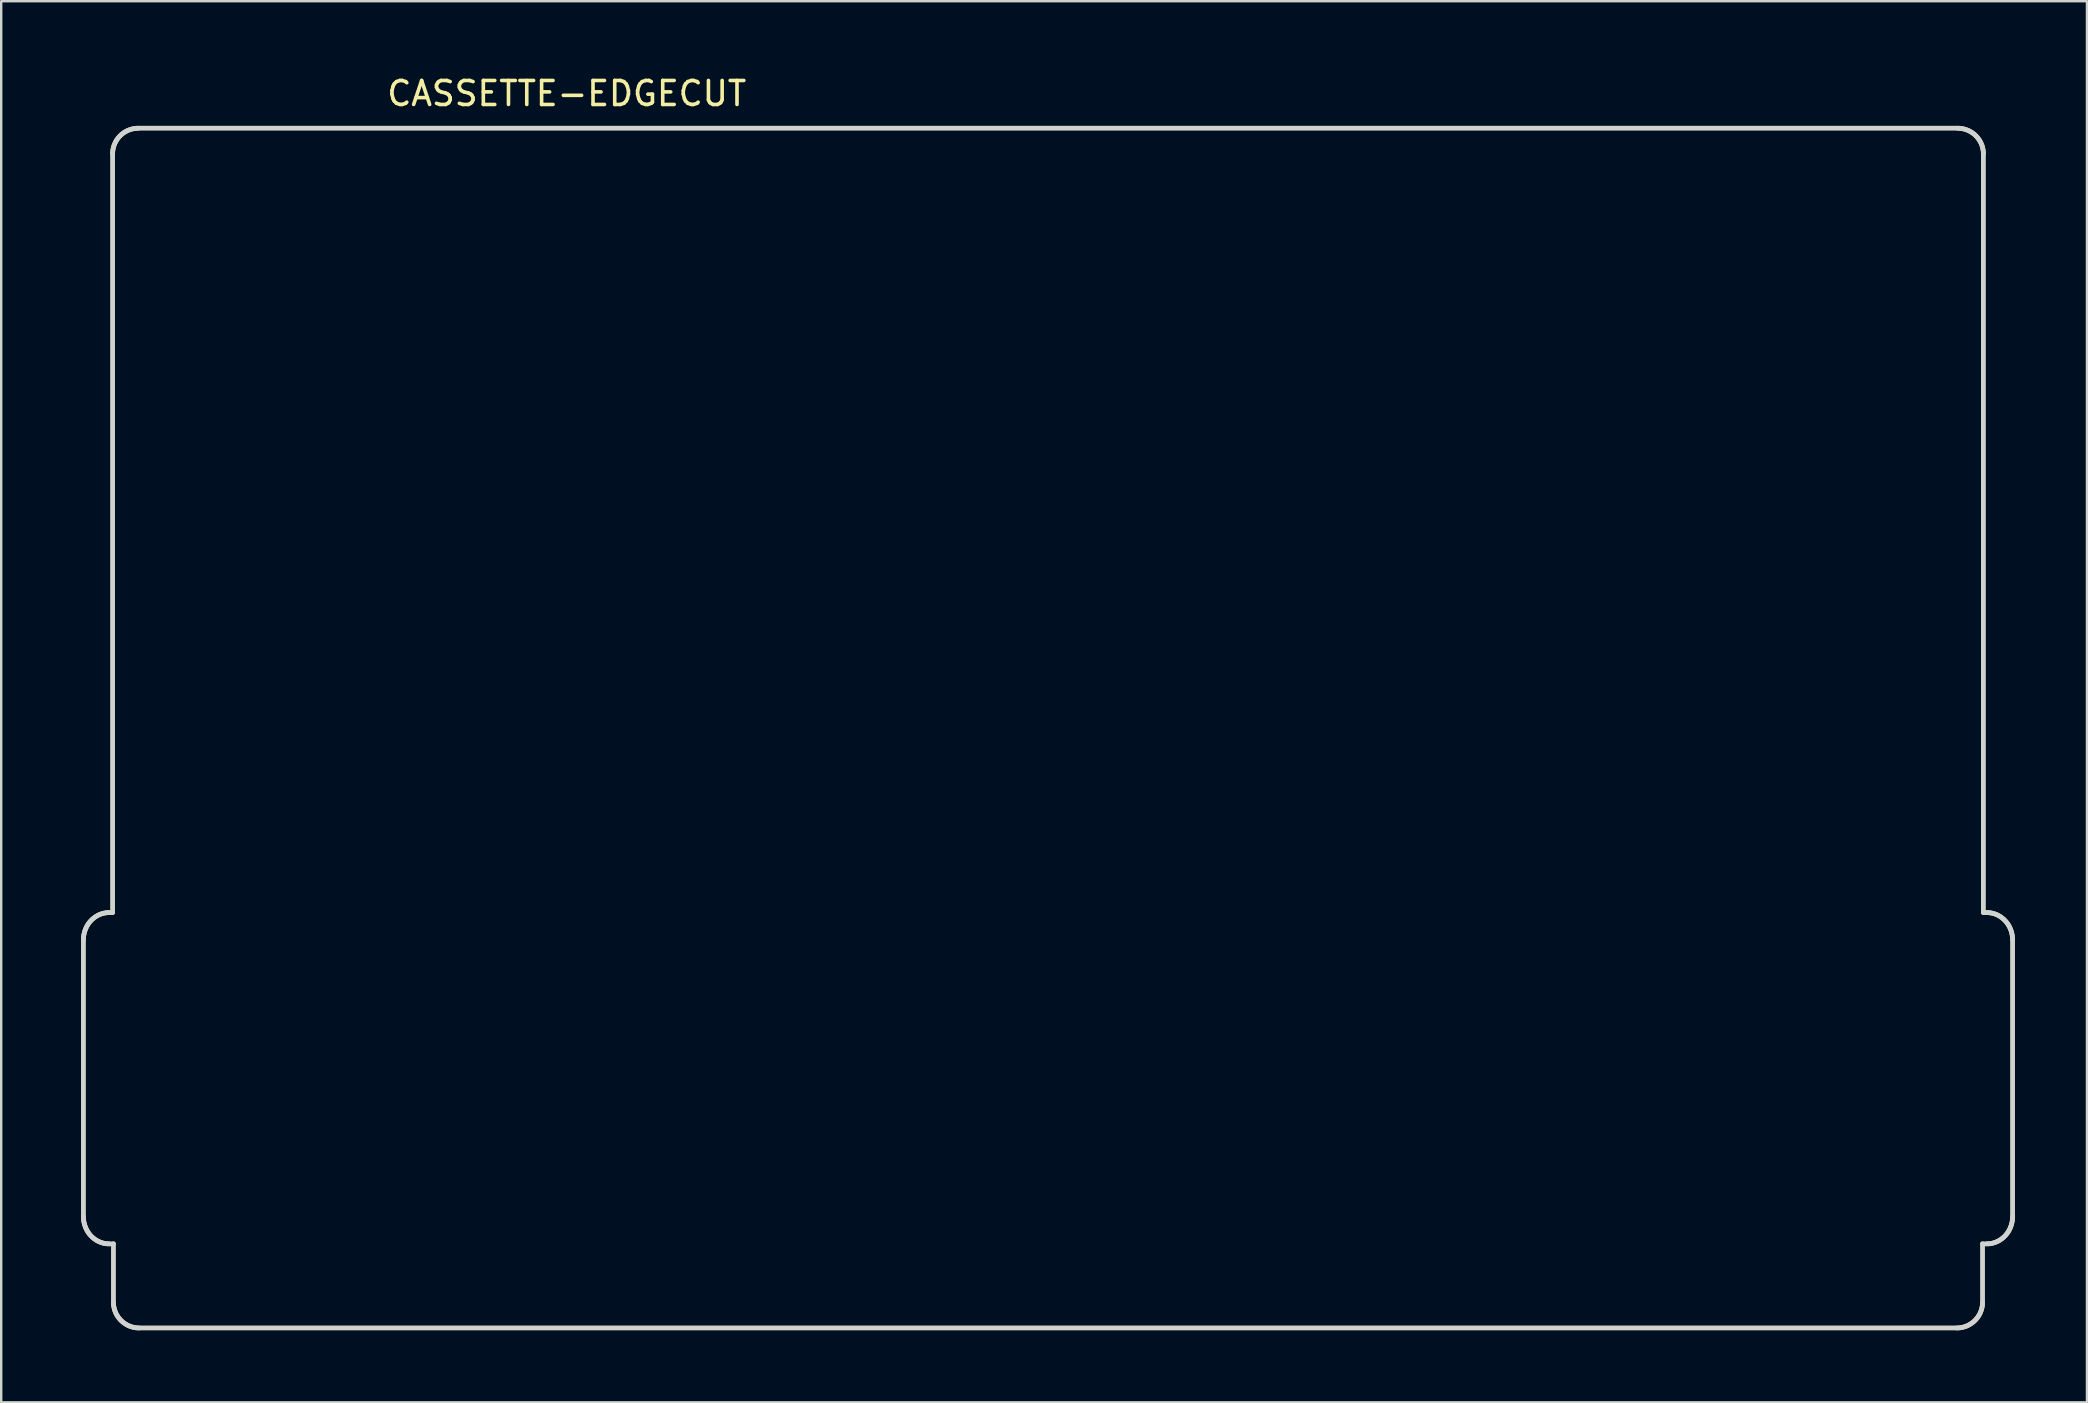
<source format=kicad_pcb>
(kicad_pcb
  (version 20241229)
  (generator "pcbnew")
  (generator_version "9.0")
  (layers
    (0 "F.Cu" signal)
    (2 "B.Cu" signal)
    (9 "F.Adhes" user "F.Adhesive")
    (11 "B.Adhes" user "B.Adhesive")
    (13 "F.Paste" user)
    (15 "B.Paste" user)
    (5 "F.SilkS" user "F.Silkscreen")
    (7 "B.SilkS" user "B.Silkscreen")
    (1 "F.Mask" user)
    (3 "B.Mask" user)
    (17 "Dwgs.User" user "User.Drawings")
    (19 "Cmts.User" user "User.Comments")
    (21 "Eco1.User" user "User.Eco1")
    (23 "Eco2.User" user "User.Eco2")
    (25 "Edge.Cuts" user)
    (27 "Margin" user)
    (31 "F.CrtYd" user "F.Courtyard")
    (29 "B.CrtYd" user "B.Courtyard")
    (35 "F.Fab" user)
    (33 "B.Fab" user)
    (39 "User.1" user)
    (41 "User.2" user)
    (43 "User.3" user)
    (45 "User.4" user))
  (footprint "CASSETTE-EDGECUT"
    (layer "F.Cu")
    (at 0.25 2.118)
    (property "Reference" "CASSETTE-EDGECUT" (at 20.32 -1.27 0) (layer "F.SilkS") (effects (font (size 1 1) (thickness 0.15))))
    (attr through_hole)
    (fp_line (start 0.177 34.004) (end 0.177 45.534) (stroke (width 0.2) (type solid)) (layer "Edge.Cuts"))
    (fp_line (start 0.177 45.534) (end 0.179 45.612) (stroke (width 0.2) (type solid)) (layer "Edge.Cuts"))
    (fp_line (start 0.179 33.926) (end 0.177 34.004) (stroke (width 0.2) (type solid)) (layer "Edge.Cuts"))
    (fp_line (start 0.179 45.612) (end 0.186 45.688) (stroke (width 0.2) (type solid)) (layer "Edge.Cuts"))
    (fp_line (start 0.186 33.849) (end 0.179 33.926) (stroke (width 0.2) (type solid)) (layer "Edge.Cuts"))
    (fp_line (start 0.186 45.688) (end 0.198 45.763) (stroke (width 0.2) (type solid)) (layer "Edge.Cuts"))
    (fp_line (start 0.198 33.774) (end 0.186 33.849) (stroke (width 0.2) (type solid)) (layer "Edge.Cuts"))
    (fp_line (start 0.198 45.763) (end 0.215 45.836) (stroke (width 0.2) (type solid)) (layer "Edge.Cuts"))
    (fp_line (start 0.215 33.701) (end 0.198 33.774) (stroke (width 0.2) (type solid)) (layer "Edge.Cuts"))
    (fp_line (start 0.215 45.836) (end 0.236 45.907) (stroke (width 0.2) (type solid)) (layer "Edge.Cuts"))
    (fp_line (start 0.236 33.63) (end 0.215 33.701) (stroke (width 0.2) (type solid)) (layer "Edge.Cuts"))
    (fp_line (start 0.236 45.907) (end 0.261 45.976) (stroke (width 0.2) (type solid)) (layer "Edge.Cuts"))
    (fp_line (start 0.261 33.561) (end 0.236 33.63) (stroke (width 0.2) (type solid)) (layer "Edge.Cuts"))
    (fp_line (start 0.261 45.976) (end 0.29 46.043) (stroke (width 0.2) (type solid)) (layer "Edge.Cuts"))
    (fp_line (start 0.29 33.494) (end 0.261 33.561) (stroke (width 0.2) (type solid)) (layer "Edge.Cuts"))
    (fp_line (start 0.29 46.043) (end 0.323 46.108) (stroke (width 0.2) (type solid)) (layer "Edge.Cuts"))
    (fp_line (start 0.323 33.429) (end 0.29 33.494) (stroke (width 0.2) (type solid)) (layer "Edge.Cuts"))
    (fp_line (start 0.323 46.108) (end 0.36 46.17) (stroke (width 0.2) (type solid)) (layer "Edge.Cuts"))
    (fp_line (start 0.36 33.368) (end 0.323 33.429) (stroke (width 0.2) (type solid)) (layer "Edge.Cuts"))
    (fp_line (start 0.36 46.17) (end 0.4 46.229) (stroke (width 0.2) (type solid)) (layer "Edge.Cuts"))
    (fp_line (start 0.4 33.308) (end 0.36 33.368) (stroke (width 0.2) (type solid)) (layer "Edge.Cuts"))
    (fp_line (start 0.4 46.229) (end 0.444 46.285) (stroke (width 0.2) (type solid)) (layer "Edge.Cuts"))
    (fp_line (start 0.444 33.252) (end 0.4 33.308) (stroke (width 0.2) (type solid)) (layer "Edge.Cuts"))
    (fp_line (start 0.444 46.285) (end 0.491 46.338) (stroke (width 0.2) (type solid)) (layer "Edge.Cuts"))
    (fp_line (start 0.491 33.199) (end 0.444 33.252) (stroke (width 0.2) (type solid)) (layer "Edge.Cuts"))
    (fp_line (start 0.491 46.338) (end 0.541 46.388) (stroke (width 0.2) (type solid)) (layer "Edge.Cuts"))
    (fp_line (start 0.541 33.149) (end 0.491 33.199) (stroke (width 0.2) (type solid)) (layer "Edge.Cuts"))
    (fp_line (start 0.541 46.388) (end 0.594 46.434) (stroke (width 0.2) (type solid)) (layer "Edge.Cuts"))
    (fp_line (start 0.594 33.103) (end 0.541 33.149) (stroke (width 0.2) (type solid)) (layer "Edge.Cuts"))
    (fp_line (start 0.594 46.434) (end 0.65 46.477) (stroke (width 0.2) (type solid)) (layer "Edge.Cuts"))
    (fp_line (start 0.65 33.06) (end 0.594 33.103) (stroke (width 0.2) (type solid)) (layer "Edge.Cuts"))
    (fp_line (start 0.65 46.477) (end 0.708 46.516) (stroke (width 0.2) (type solid)) (layer "Edge.Cuts"))
    (fp_line (start 0.708 33.021) (end 0.65 33.06) (stroke (width 0.2) (type solid)) (layer "Edge.Cuts"))
    (fp_line (start 0.708 46.516) (end 0.769 46.551) (stroke (width 0.2) (type solid)) (layer "Edge.Cuts"))
    (fp_line (start 0.769 32.986) (end 0.708 33.021) (stroke (width 0.2) (type solid)) (layer "Edge.Cuts"))
    (fp_line (start 0.769 46.551) (end 0.832 46.582) (stroke (width 0.2) (type solid)) (layer "Edge.Cuts"))
    (fp_line (start 0.832 32.955) (end 0.769 32.986) (stroke (width 0.2) (type solid)) (layer "Edge.Cuts"))
    (fp_line (start 0.832 46.582) (end 0.897 46.608) (stroke (width 0.2) (type solid)) (layer "Edge.Cuts"))
    (fp_line (start 0.897 32.929) (end 0.832 32.955) (stroke (width 0.2) (type solid)) (layer "Edge.Cuts"))
    (fp_line (start 0.897 46.608) (end 0.964 46.631) (stroke (width 0.2) (type solid)) (layer "Edge.Cuts"))
    (fp_line (start 0.964 32.907) (end 0.897 32.929) (stroke (width 0.2) (type solid)) (layer "Edge.Cuts"))
    (fp_line (start 0.964 46.631) (end 1.033 46.648) (stroke (width 0.2) (type solid)) (layer "Edge.Cuts"))
    (fp_line (start 1.033 32.889) (end 0.964 32.907) (stroke (width 0.2) (type solid)) (layer "Edge.Cuts"))
    (fp_line (start 1.033 46.648) (end 1.104 46.661) (stroke (width 0.2) (type solid)) (layer "Edge.Cuts"))
    (fp_line (start 1.104 32.876) (end 1.033 32.889) (stroke (width 0.2) (type solid)) (layer "Edge.Cuts"))
    (fp_line (start 1.104 46.661) (end 1.176 46.669) (stroke (width 0.2) (type solid)) (layer "Edge.Cuts"))
    (fp_line (start 1.176 32.868) (end 1.104 32.876) (stroke (width 0.2) (type solid)) (layer "Edge.Cuts"))
    (fp_line (start 1.176 46.669) (end 1.25 46.671) (stroke (width 0.2) (type solid)) (layer "Edge.Cuts"))
    (fp_line (start 1.25 32.866) (end 1.176 32.868) (stroke (width 0.2) (type solid)) (layer "Edge.Cuts"))
    (fp_line (start 1.25 46.671) (end 1.428 46.671) (stroke (width 0.2) (type solid)) (layer "Edge.Cuts"))
    (fp_line (start 1.392 1.249) (end 1.392 32.866) (stroke (width 0.2) (type solid)) (layer "Edge.Cuts"))
    (fp_line (start 1.392 32.866) (end 1.25 32.866) (stroke (width 0.2) (type solid)) (layer "Edge.Cuts"))
    (fp_line (start 1.395 1.176) (end 1.392 1.249) (stroke (width 0.2) (type solid)) (layer "Edge.Cuts"))
    (fp_line (start 1.402 1.104) (end 1.395 1.176) (stroke (width 0.2) (type solid)) (layer "Edge.Cuts"))
    (fp_line (start 1.414 1.033) (end 1.402 1.104) (stroke (width 0.2) (type solid)) (layer "Edge.Cuts"))
    (fp_line (start 1.428 46.671) (end 1.428 49.103) (stroke (width 0.2) (type solid)) (layer "Edge.Cuts"))
    (fp_line (start 1.428 49.103) (end 1.43 49.177) (stroke (width 0.2) (type solid)) (layer "Edge.Cuts"))
    (fp_line (start 1.43 49.177) (end 1.438 49.249) (stroke (width 0.2) (type solid)) (layer "Edge.Cuts"))
    (fp_line (start 1.431 0.964) (end 1.414 1.033) (stroke (width 0.2) (type solid)) (layer "Edge.Cuts"))
    (fp_line (start 1.438 49.249) (end 1.45 49.32) (stroke (width 0.2) (type solid)) (layer "Edge.Cuts"))
    (fp_line (start 1.45 49.32) (end 1.466 49.389) (stroke (width 0.2) (type solid)) (layer "Edge.Cuts"))
    (fp_line (start 1.451 0.897) (end 1.431 0.964) (stroke (width 0.2) (type solid)) (layer "Edge.Cuts"))
    (fp_line (start 1.466 49.389) (end 1.487 49.456) (stroke (width 0.2) (type solid)) (layer "Edge.Cuts"))
    (fp_line (start 1.477 0.832) (end 1.451 0.897) (stroke (width 0.2) (type solid)) (layer "Edge.Cuts"))
    (fp_line (start 1.487 49.456) (end 1.512 49.521) (stroke (width 0.2) (type solid)) (layer "Edge.Cuts"))
    (fp_line (start 1.506 0.769) (end 1.477 0.832) (stroke (width 0.2) (type solid)) (layer "Edge.Cuts"))
    (fp_line (start 1.512 49.521) (end 1.541 49.584) (stroke (width 0.2) (type solid)) (layer "Edge.Cuts"))
    (fp_line (start 1.539 0.708) (end 1.506 0.769) (stroke (width 0.2) (type solid)) (layer "Edge.Cuts"))
    (fp_line (start 1.541 49.584) (end 1.574 49.645) (stroke (width 0.2) (type solid)) (layer "Edge.Cuts"))
    (fp_line (start 1.574 49.645) (end 1.611 49.703) (stroke (width 0.2) (type solid)) (layer "Edge.Cuts"))
    (fp_line (start 1.575 0.649) (end 1.539 0.708) (stroke (width 0.2) (type solid)) (layer "Edge.Cuts"))
    (fp_line (start 1.611 49.703) (end 1.652 49.759) (stroke (width 0.2) (type solid)) (layer "Edge.Cuts"))
    (fp_line (start 1.616 0.594) (end 1.575 0.649) (stroke (width 0.2) (type solid)) (layer "Edge.Cuts"))
    (fp_line (start 1.652 49.759) (end 1.695 49.812) (stroke (width 0.2) (type solid)) (layer "Edge.Cuts"))
    (fp_line (start 1.66 0.541) (end 1.616 0.594) (stroke (width 0.2) (type solid)) (layer "Edge.Cuts"))
    (fp_line (start 1.695 49.812) (end 1.742 49.862) (stroke (width 0.2) (type solid)) (layer "Edge.Cuts"))
    (fp_line (start 1.706 0.491) (end 1.66 0.541) (stroke (width 0.2) (type solid)) (layer "Edge.Cuts"))
    (fp_line (start 1.742 49.862) (end 1.792 49.909) (stroke (width 0.2) (type solid)) (layer "Edge.Cuts"))
    (fp_line (start 1.757 0.444) (end 1.706 0.491) (stroke (width 0.2) (type solid)) (layer "Edge.Cuts"))
    (fp_line (start 1.792 49.909) (end 1.845 49.953) (stroke (width 0.2) (type solid)) (layer "Edge.Cuts"))
    (fp_line (start 1.81 0.4) (end 1.757 0.444) (stroke (width 0.2) (type solid)) (layer "Edge.Cuts"))
    (fp_line (start 1.845 49.953) (end 1.901 49.993) (stroke (width 0.2) (type solid)) (layer "Edge.Cuts"))
    (fp_line (start 1.865 0.36) (end 1.81 0.4) (stroke (width 0.2) (type solid)) (layer "Edge.Cuts"))
    (fp_line (start 1.901 49.993) (end 1.959 50.03) (stroke (width 0.2) (type solid)) (layer "Edge.Cuts"))
    (fp_line (start 1.924 0.323) (end 1.865 0.36) (stroke (width 0.2) (type solid)) (layer "Edge.Cuts"))
    (fp_line (start 1.959 50.03) (end 2.02 50.063) (stroke (width 0.2) (type solid)) (layer "Edge.Cuts"))
    (fp_line (start 1.984 0.29) (end 1.924 0.323) (stroke (width 0.2) (type solid)) (layer "Edge.Cuts"))
    (fp_line (start 2.02 50.063) (end 2.083 50.092) (stroke (width 0.2) (type solid)) (layer "Edge.Cuts"))
    (fp_line (start 2.048 0.261) (end 1.984 0.29) (stroke (width 0.2) (type solid)) (layer "Edge.Cuts"))
    (fp_line (start 2.083 50.092) (end 2.149 50.117) (stroke (width 0.2) (type solid)) (layer "Edge.Cuts"))
    (fp_line (start 2.113 0.236) (end 2.048 0.261) (stroke (width 0.2) (type solid)) (layer "Edge.Cuts"))
    (fp_line (start 2.149 50.117) (end 2.216 50.138) (stroke (width 0.2) (type solid)) (layer "Edge.Cuts"))
    (fp_line (start 2.18 0.215) (end 2.113 0.236) (stroke (width 0.2) (type solid)) (layer "Edge.Cuts"))
    (fp_line (start 2.216 50.138) (end 2.285 50.155) (stroke (width 0.2) (type solid)) (layer "Edge.Cuts"))
    (fp_line (start 2.249 0.198) (end 2.18 0.215) (stroke (width 0.2) (type solid)) (layer "Edge.Cuts"))
    (fp_line (start 2.285 50.155) (end 2.355 50.167) (stroke (width 0.2) (type solid)) (layer "Edge.Cuts"))
    (fp_line (start 2.32 0.186) (end 2.249 0.198) (stroke (width 0.2) (type solid)) (layer "Edge.Cuts"))
    (fp_line (start 2.355 50.167) (end 2.427 50.174) (stroke (width 0.2) (type solid)) (layer "Edge.Cuts"))
    (fp_line (start 2.392 0.179) (end 2.32 0.186) (stroke (width 0.2) (type solid)) (layer "Edge.Cuts"))
    (fp_line (start 2.427 50.174) (end 2.501 50.176) (stroke (width 0.2) (type solid)) (layer "Edge.Cuts"))
    (fp_line (start 2.465 0.176) (end 2.392 0.179) (stroke (width 0.2) (type solid)) (layer "Edge.Cuts"))
    (fp_line (start 2.501 50.176) (end 78.252 50.176) (stroke (width 0.2) (type solid)) (layer "Edge.Cuts"))
    (fp_line (start 78.252 50.176) (end 78.326 50.174) (stroke (width 0.2) (type solid)) (layer "Edge.Cuts"))
    (fp_line (start 78.288 0.176) (end 2.465 0.176) (stroke (width 0.2) (type solid)) (layer "Edge.Cuts"))
    (fp_line (start 78.326 50.174) (end 78.398 50.167) (stroke (width 0.2) (type solid)) (layer "Edge.Cuts"))
    (fp_line (start 78.361 0.179) (end 78.288 0.176) (stroke (width 0.2) (type solid)) (layer "Edge.Cuts"))
    (fp_line (start 78.398 50.167) (end 78.468 50.155) (stroke (width 0.2) (type solid)) (layer "Edge.Cuts"))
    (fp_line (start 78.434 0.186) (end 78.361 0.179) (stroke (width 0.2) (type solid)) (layer "Edge.Cuts"))
    (fp_line (start 78.468 50.155) (end 78.537 50.138) (stroke (width 0.2) (type solid)) (layer "Edge.Cuts"))
    (fp_line (start 78.504 0.198) (end 78.434 0.186) (stroke (width 0.2) (type solid)) (layer "Edge.Cuts"))
    (fp_line (start 78.537 50.138) (end 78.605 50.117) (stroke (width 0.2) (type solid)) (layer "Edge.Cuts"))
    (fp_line (start 78.573 0.215) (end 78.504 0.198) (stroke (width 0.2) (type solid)) (layer "Edge.Cuts"))
    (fp_line (start 78.605 50.117) (end 78.67 50.092) (stroke (width 0.2) (type solid)) (layer "Edge.Cuts"))
    (fp_line (start 78.64 0.236) (end 78.573 0.215) (stroke (width 0.2) (type solid)) (layer "Edge.Cuts"))
    (fp_line (start 78.67 50.092) (end 78.733 50.063) (stroke (width 0.2) (type solid)) (layer "Edge.Cuts"))
    (fp_line (start 78.706 0.261) (end 78.64 0.236) (stroke (width 0.2) (type solid)) (layer "Edge.Cuts"))
    (fp_line (start 78.733 50.063) (end 78.794 50.03) (stroke (width 0.2) (type solid)) (layer "Edge.Cuts"))
    (fp_line (start 78.769 0.29) (end 78.706 0.261) (stroke (width 0.2) (type solid)) (layer "Edge.Cuts"))
    (fp_line (start 78.794 50.03) (end 78.852 49.993) (stroke (width 0.2) (type solid)) (layer "Edge.Cuts"))
    (fp_line (start 78.83 0.323) (end 78.769 0.29) (stroke (width 0.2) (type solid)) (layer "Edge.Cuts"))
    (fp_line (start 78.852 49.993) (end 78.908 49.953) (stroke (width 0.2) (type solid)) (layer "Edge.Cuts"))
    (fp_line (start 78.888 0.36) (end 78.83 0.323) (stroke (width 0.2) (type solid)) (layer "Edge.Cuts"))
    (fp_line (start 78.908 49.953) (end 78.961 49.909) (stroke (width 0.2) (type solid)) (layer "Edge.Cuts"))
    (fp_line (start 78.944 0.4) (end 78.888 0.36) (stroke (width 0.2) (type solid)) (layer "Edge.Cuts"))
    (fp_line (start 78.961 49.909) (end 79.011 49.862) (stroke (width 0.2) (type solid)) (layer "Edge.Cuts"))
    (fp_line (start 78.997 0.444) (end 78.944 0.4) (stroke (width 0.2) (type solid)) (layer "Edge.Cuts"))
    (fp_line (start 79.011 49.862) (end 79.058 49.812) (stroke (width 0.2) (type solid)) (layer "Edge.Cuts"))
    (fp_line (start 79.047 0.491) (end 78.997 0.444) (stroke (width 0.2) (type solid)) (layer "Edge.Cuts"))
    (fp_line (start 79.058 49.812) (end 79.102 49.759) (stroke (width 0.2) (type solid)) (layer "Edge.Cuts"))
    (fp_line (start 79.094 0.541) (end 79.047 0.491) (stroke (width 0.2) (type solid)) (layer "Edge.Cuts"))
    (fp_line (start 79.102 49.759) (end 79.142 49.703) (stroke (width 0.2) (type solid)) (layer "Edge.Cuts"))
    (fp_line (start 79.137 0.594) (end 79.094 0.541) (stroke (width 0.2) (type solid)) (layer "Edge.Cuts"))
    (fp_line (start 79.142 49.703) (end 79.179 49.645) (stroke (width 0.2) (type solid)) (layer "Edge.Cuts"))
    (fp_line (start 79.178 0.649) (end 79.137 0.594) (stroke (width 0.2) (type solid)) (layer "Edge.Cuts"))
    (fp_line (start 79.179 49.645) (end 79.212 49.584) (stroke (width 0.2) (type solid)) (layer "Edge.Cuts"))
    (fp_line (start 79.212 49.584) (end 79.241 49.521) (stroke (width 0.2) (type solid)) (layer "Edge.Cuts"))
    (fp_line (start 79.214 0.708) (end 79.178 0.649) (stroke (width 0.2) (type solid)) (layer "Edge.Cuts"))
    (fp_line (start 79.241 49.521) (end 79.266 49.456) (stroke (width 0.2) (type solid)) (layer "Edge.Cuts"))
    (fp_line (start 79.248 0.769) (end 79.214 0.708) (stroke (width 0.2) (type solid)) (layer "Edge.Cuts"))
    (fp_line (start 79.266 49.456) (end 79.287 49.389) (stroke (width 0.2) (type solid)) (layer "Edge.Cuts"))
    (fp_line (start 79.277 0.832) (end 79.248 0.769) (stroke (width 0.2) (type solid)) (layer "Edge.Cuts"))
    (fp_line (start 79.287 49.389) (end 79.303 49.32) (stroke (width 0.2) (type solid)) (layer "Edge.Cuts"))
    (fp_line (start 79.302 0.897) (end 79.277 0.832) (stroke (width 0.2) (type solid)) (layer "Edge.Cuts"))
    (fp_line (start 79.303 49.32) (end 79.315 49.249) (stroke (width 0.2) (type solid)) (layer "Edge.Cuts"))
    (fp_line (start 79.315 49.249) (end 79.323 49.177) (stroke (width 0.2) (type solid)) (layer "Edge.Cuts"))
    (fp_line (start 79.323 0.964) (end 79.302 0.897) (stroke (width 0.2) (type solid)) (layer "Edge.Cuts"))
    (fp_line (start 79.323 49.177) (end 79.325 49.103) (stroke (width 0.2) (type solid)) (layer "Edge.Cuts"))
    (fp_line (start 79.325 46.671) (end 79.504 46.671) (stroke (width 0.2) (type solid)) (layer "Edge.Cuts"))
    (fp_line (start 79.325 49.103) (end 79.325 46.671) (stroke (width 0.2) (type solid)) (layer "Edge.Cuts"))
    (fp_line (start 79.339 1.033) (end 79.323 0.964) (stroke (width 0.2) (type solid)) (layer "Edge.Cuts"))
    (fp_line (start 79.351 1.104) (end 79.339 1.033) (stroke (width 0.2) (type solid)) (layer "Edge.Cuts"))
    (fp_line (start 79.359 1.176) (end 79.351 1.104) (stroke (width 0.2) (type solid)) (layer "Edge.Cuts"))
    (fp_line (start 79.361 1.249) (end 79.359 1.176) (stroke (width 0.2) (type solid)) (layer "Edge.Cuts"))
    (fp_line (start 79.361 32.866) (end 79.361 1.249) (stroke (width 0.2) (type solid)) (layer "Edge.Cuts"))
    (fp_line (start 79.504 32.866) (end 79.361 32.866) (stroke (width 0.2) (type solid)) (layer "Edge.Cuts"))
    (fp_line (start 79.504 46.671) (end 79.578 46.669) (stroke (width 0.2) (type solid)) (layer "Edge.Cuts"))
    (fp_line (start 79.578 32.868) (end 79.504 32.866) (stroke (width 0.2) (type solid)) (layer "Edge.Cuts"))
    (fp_line (start 79.578 46.669) (end 79.65 46.661) (stroke (width 0.2) (type solid)) (layer "Edge.Cuts"))
    (fp_line (start 79.65 32.876) (end 79.578 32.868) (stroke (width 0.2) (type solid)) (layer "Edge.Cuts"))
    (fp_line (start 79.65 46.661) (end 79.72 46.648) (stroke (width 0.2) (type solid)) (layer "Edge.Cuts"))
    (fp_line (start 79.72 32.889) (end 79.65 32.876) (stroke (width 0.2) (type solid)) (layer "Edge.Cuts"))
    (fp_line (start 79.72 46.648) (end 79.789 46.631) (stroke (width 0.2) (type solid)) (layer "Edge.Cuts"))
    (fp_line (start 79.789 32.907) (end 79.72 32.889) (stroke (width 0.2) (type solid)) (layer "Edge.Cuts"))
    (fp_line (start 79.789 46.631) (end 79.857 46.608) (stroke (width 0.2) (type solid)) (layer "Edge.Cuts"))
    (fp_line (start 79.857 32.929) (end 79.789 32.907) (stroke (width 0.2) (type solid)) (layer "Edge.Cuts"))
    (fp_line (start 79.857 46.608) (end 79.922 46.582) (stroke (width 0.2) (type solid)) (layer "Edge.Cuts"))
    (fp_line (start 79.922 32.955) (end 79.857 32.929) (stroke (width 0.2) (type solid)) (layer "Edge.Cuts"))
    (fp_line (start 79.922 46.582) (end 79.985 46.551) (stroke (width 0.2) (type solid)) (layer "Edge.Cuts"))
    (fp_line (start 79.985 32.986) (end 79.922 32.955) (stroke (width 0.2) (type solid)) (layer "Edge.Cuts"))
    (fp_line (start 79.985 46.551) (end 80.046 46.516) (stroke (width 0.2) (type solid)) (layer "Edge.Cuts"))
    (fp_line (start 80.046 33.021) (end 79.985 32.986) (stroke (width 0.2) (type solid)) (layer "Edge.Cuts"))
    (fp_line (start 80.046 46.516) (end 80.104 46.477) (stroke (width 0.2) (type solid)) (layer "Edge.Cuts"))
    (fp_line (start 80.104 33.06) (end 80.046 33.021) (stroke (width 0.2) (type solid)) (layer "Edge.Cuts"))
    (fp_line (start 80.104 46.477) (end 80.16 46.434) (stroke (width 0.2) (type solid)) (layer "Edge.Cuts"))
    (fp_line (start 80.16 33.103) (end 80.104 33.06) (stroke (width 0.2) (type solid)) (layer "Edge.Cuts"))
    (fp_line (start 80.16 46.434) (end 80.213 46.388) (stroke (width 0.2) (type solid)) (layer "Edge.Cuts"))
    (fp_line (start 80.213 33.149) (end 80.16 33.103) (stroke (width 0.2) (type solid)) (layer "Edge.Cuts"))
    (fp_line (start 80.213 46.388) (end 80.263 46.338) (stroke (width 0.2) (type solid)) (layer "Edge.Cuts"))
    (fp_line (start 80.263 33.199) (end 80.213 33.149) (stroke (width 0.2) (type solid)) (layer "Edge.Cuts"))
    (fp_line (start 80.263 46.338) (end 80.31 46.285) (stroke (width 0.2) (type solid)) (layer "Edge.Cuts"))
    (fp_line (start 80.31 33.252) (end 80.263 33.199) (stroke (width 0.2) (type solid)) (layer "Edge.Cuts"))
    (fp_line (start 80.31 46.285) (end 80.353 46.229) (stroke (width 0.2) (type solid)) (layer "Edge.Cuts"))
    (fp_line (start 80.353 33.308) (end 80.31 33.252) (stroke (width 0.2) (type solid)) (layer "Edge.Cuts"))
    (fp_line (start 80.353 46.229) (end 80.394 46.17) (stroke (width 0.2) (type solid)) (layer "Edge.Cuts"))
    (fp_line (start 80.394 33.368) (end 80.353 33.308) (stroke (width 0.2) (type solid)) (layer "Edge.Cuts"))
    (fp_line (start 80.394 46.17) (end 80.431 46.108) (stroke (width 0.2) (type solid)) (layer "Edge.Cuts"))
    (fp_line (start 80.431 33.429) (end 80.394 33.368) (stroke (width 0.2) (type solid)) (layer "Edge.Cuts"))
    (fp_line (start 80.431 46.108) (end 80.464 46.043) (stroke (width 0.2) (type solid)) (layer "Edge.Cuts"))
    (fp_line (start 80.464 33.494) (end 80.431 33.429) (stroke (width 0.2) (type solid)) (layer "Edge.Cuts"))
    (fp_line (start 80.464 46.043) (end 80.493 45.976) (stroke (width 0.2) (type solid)) (layer "Edge.Cuts"))
    (fp_line (start 80.493 33.561) (end 80.464 33.494) (stroke (width 0.2) (type solid)) (layer "Edge.Cuts"))
    (fp_line (start 80.493 45.976) (end 80.518 45.907) (stroke (width 0.2) (type solid)) (layer "Edge.Cuts"))
    (fp_line (start 80.518 33.63) (end 80.493 33.561) (stroke (width 0.2) (type solid)) (layer "Edge.Cuts"))
    (fp_line (start 80.518 45.907) (end 80.539 45.836) (stroke (width 0.2) (type solid)) (layer "Edge.Cuts"))
    (fp_line (start 80.539 33.701) (end 80.518 33.63) (stroke (width 0.2) (type solid)) (layer "Edge.Cuts"))
    (fp_line (start 80.539 45.836) (end 80.555 45.763) (stroke (width 0.2) (type solid)) (layer "Edge.Cuts"))
    (fp_line (start 80.555 33.774) (end 80.539 33.701) (stroke (width 0.2) (type solid)) (layer "Edge.Cuts"))
    (fp_line (start 80.555 45.763) (end 80.567 45.688) (stroke (width 0.2) (type solid)) (layer "Edge.Cuts"))
    (fp_line (start 80.567 33.849) (end 80.555 33.774) (stroke (width 0.2) (type solid)) (layer "Edge.Cuts"))
    (fp_line (start 80.567 45.688) (end 80.574 45.612) (stroke (width 0.2) (type solid)) (layer "Edge.Cuts"))
    (fp_line (start 80.574 33.926) (end 80.567 33.849) (stroke (width 0.2) (type solid)) (layer "Edge.Cuts"))
    (fp_line (start 80.574 45.612) (end 80.577 45.534) (stroke (width 0.2) (type solid)) (layer "Edge.Cuts"))
    (fp_line (start 80.577 34.004) (end 80.574 33.926) (stroke (width 0.2) (type solid)) (layer "Edge.Cuts"))
    (fp_line (start 80.577 45.534) (end 80.577 34.004) (stroke (width 0.2) (type solid)) (layer "Edge.Cuts")))
  (gr_rect
    (start -3 -3)
    (end 83.927 55.395)
    (stroke (width 0.1) (type default))
    (fill no)
    (layer "Edge.Cuts")))
</source>
